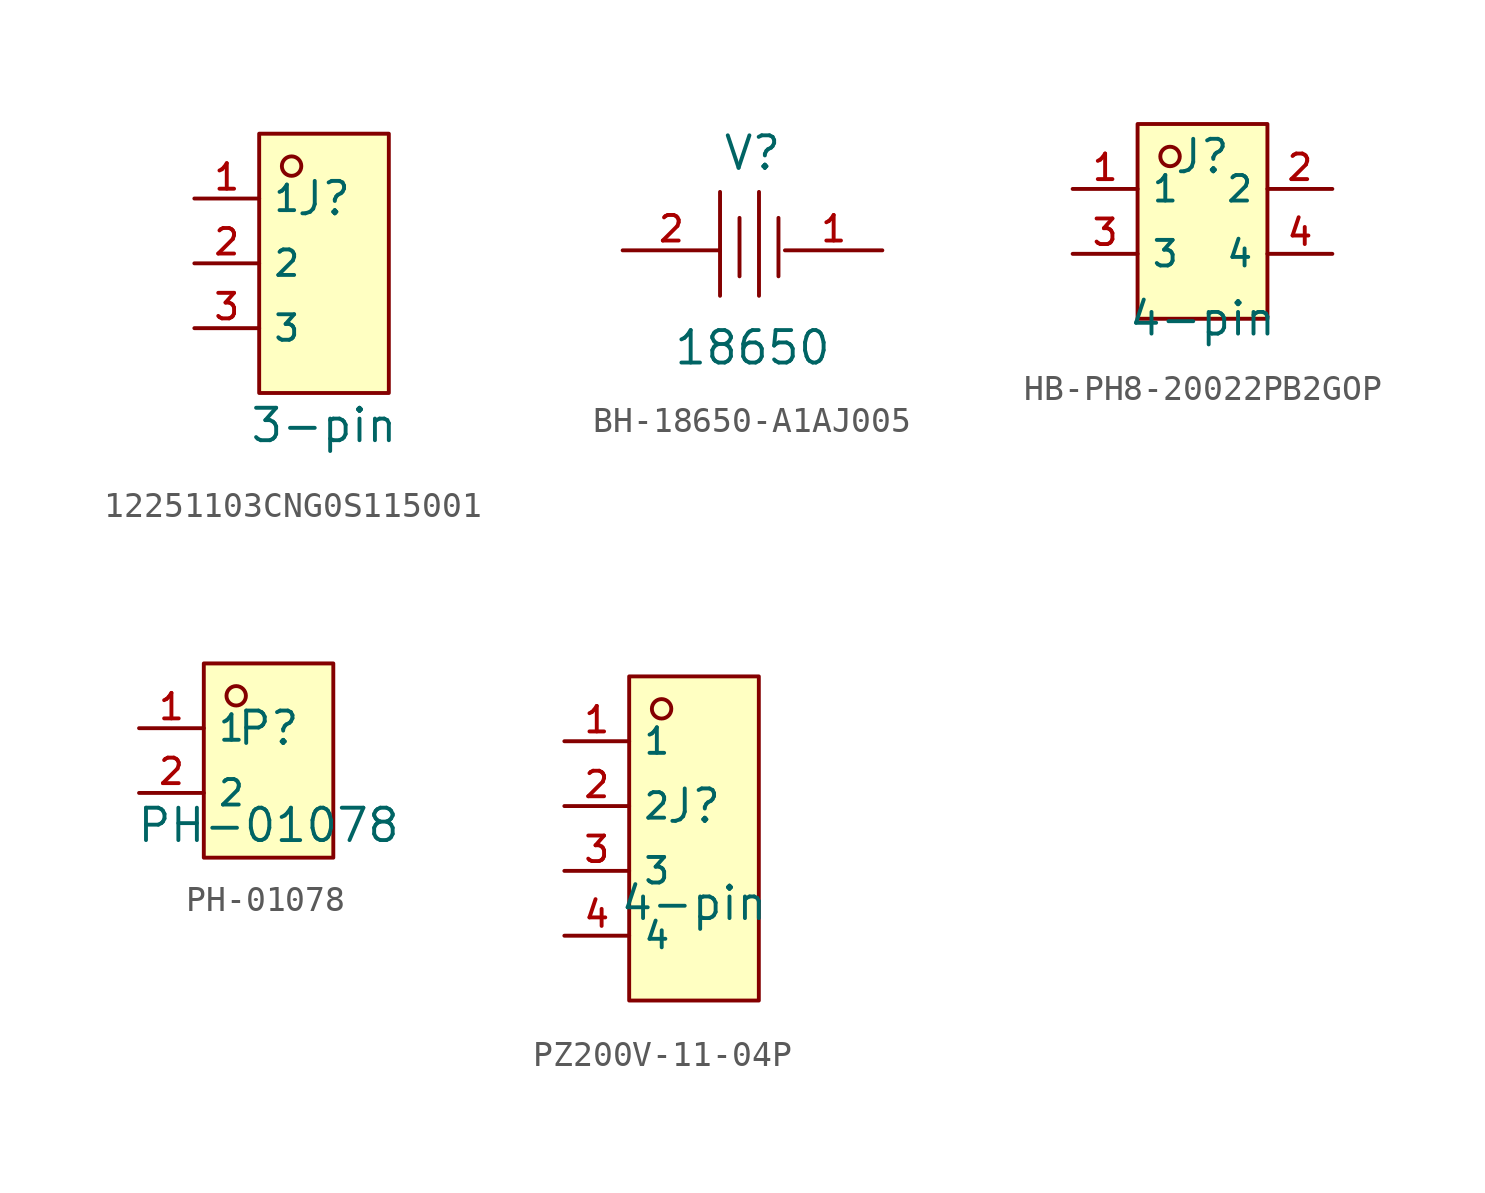
<source format=kicad_sym>
(kicad_symbol_lib
  (version 20220914)
  (generator kicad_symbol_editor)
  (symbol "12251103CNG0S115001"
    (property "Reference" "J"
      (at 0 2.54 0)
      (effects (font (size 1.27 1.27))))
    (property "Value" "3-pin"
      (at 0 -6.35 0)
      (effects (font (size 1.27 1.27))))
    (symbol "12251103CNG0S115001_0_1"
      (rectangle (start -2.54 5.08) (end 2.54 -5.08) (stroke (width 0) (type default)) (fill (type background)))
      (circle (center -1.27 3.81) (radius 0.381) (stroke (width 0) (type default)) (fill (type background)))
      (pin unspecified line (at -5.08 2.54 0) (length 2.54) (name "1" (effects (font (size 1 1)))) (number "1" (effects (font (size 1 1)))))
      (pin unspecified line (at -5.08 0 0) (length 2.54) (name "2" (effects (font (size 1 1)))) (number "2" (effects (font (size 1 1)))))
      (pin unspecified line (at -5.08 -2.54 0) (length 2.54) (name "3" (effects (font (size 1 1)))) (number "3" (effects (font (size 1 1)))))))
  (symbol "BH-18650-A1AJ005"
    (pin_names hide)
    (property "Reference" "V"
      (at 0 3.81 0)
      (effects (font (size 1.27 1.27))))
    (property "Value" "18650"
      (at 0 -3.81 0)
      (effects (font (size 1.27 1.27))))
    (symbol "BH-18650-A1AJ005_0_1"
      (polyline (pts (xy -1.27 2.286) (xy -1.27 -1.778)) (stroke (width 0) (type default)) (fill (type none)))
      (polyline (pts (xy -0.508 1.27) (xy -0.508 -1.016)) (stroke (width 0) (type default)) (fill (type none)))
      (polyline (pts (xy 0.254 2.286) (xy 0.254 -1.778)) (stroke (width 0) (type default)) (fill (type none)))
      (polyline (pts (xy 1.016 1.27) (xy 1.016 -1.016)) (stroke (width 0) (type default)) (fill (type none)))
      (pin input line (at 5.08 0 180) (length 3.81) (name "1" (effects (font (size 1 1)))) (number "1" (effects (font (size 1 1)))))
      (pin input line (at -5.08 0 0) (length 3.81) (name "2" (effects (font (size 1 1)))) (number "2" (effects (font (size 1 1)))))))
  (symbol "HB-PH8-20022PB2GOP"
    (property "Reference" "J"
      (at 0 2.54 0)
      (effects (font (size 1.27 1.27))))
    (property "Value" "4-pin"
      (at 0 -3.81 0)
      (effects (font (size 1.27 1.27))))
    (symbol "HB-PH8-20022PB2GOP_0_1"
      (rectangle (start -2.54 3.81) (end 2.54 -3.81) (stroke (width 0) (type default)) (fill (type background)))
      (circle (center -1.27 2.54) (radius 0.381) (stroke (width 0) (type default)) (fill (type background)))
      (pin unspecified line (at -5.08 1.27 0) (length 2.54) (name "1" (effects (font (size 1 1)))) (number "1" (effects (font (size 1 1)))))
      (pin unspecified line (at 5.08 1.27 180) (length 2.54) (name "2" (effects (font (size 1 1)))) (number "2" (effects (font (size 1 1)))))
      (pin unspecified line (at -5.08 -1.27 0) (length 2.54) (name "3" (effects (font (size 1 1)))) (number "3" (effects (font (size 1 1)))))
      (pin unspecified line (at 5.08 -1.27 180) (length 2.54) (name "4" (effects (font (size 1 1)))) (number "4" (effects (font (size 1 1)))))))
  (symbol "PH-01078"
    (property "Reference" "P"
      (at 0 1.27 0)
      (effects (font (size 1.27 1.27))))
    (property "Value" "PH-01078"
      (at 0 -2.54 0)
      (effects (font (size 1.27 1.27))))
    (symbol "PH-01078_0_1"
      (rectangle (start -2.54 3.81) (end 2.54 -3.81) (stroke (width 0) (type default) (color 0 0 0 0)) (fill (type background)))
      (circle (center -1.27 2.54) (radius 0.381) (stroke (width 0) (type default) (color 0 0 0 0)) (fill (type background)))
      (pin unspecified line (at -5.08 1.27 0) (length 2.54) (name "1" (effects (font (size 1 1)))) (number "1" (effects (font (size 1 1)))))
      (pin unspecified line (at -5.08 -1.27 0) (length 2.54) (name "2" (effects (font (size 1 1)))) (number "2" (effects (font (size 1 1)))))))
  (symbol "PZ200V-11-04P"
    (property "Reference" "J"
      (at 0 1.27 0)
      (effects (font (size 1.27 1.27))))
    (property "Value" "4-pin"
      (at 0 -2.54 0)
      (effects (font (size 1.27 1.27))))
    (symbol "PZ200V-11-04P_0_1"
      (rectangle (start -2.54 6.35) (end 2.54 -6.35) (stroke (width 0) (type default)) (fill (type background)))
      (circle (center -1.27 5.08) (radius 0.381) (stroke (width 0) (type default)) (fill (type background)))
      (pin unspecified line (at -5.08 3.81 0) (length 2.54) (name "1" (effects (font (size 1 1)))) (number "1" (effects (font (size 1 1)))))
      (pin unspecified line (at -5.08 1.27 0) (length 2.54) (name "2" (effects (font (size 1 1)))) (number "2" (effects (font (size 1 1)))))
      (pin unspecified line (at -5.08 -1.27 0) (length 2.54) (name "3" (effects (font (size 1 1)))) (number "3" (effects (font (size 1 1)))))
      (pin unspecified line (at -5.08 -3.81 0) (length 2.54) (name "4" (effects (font (size 1 1)))) (number "4" (effects (font (size 1 1))))))))
</source>
